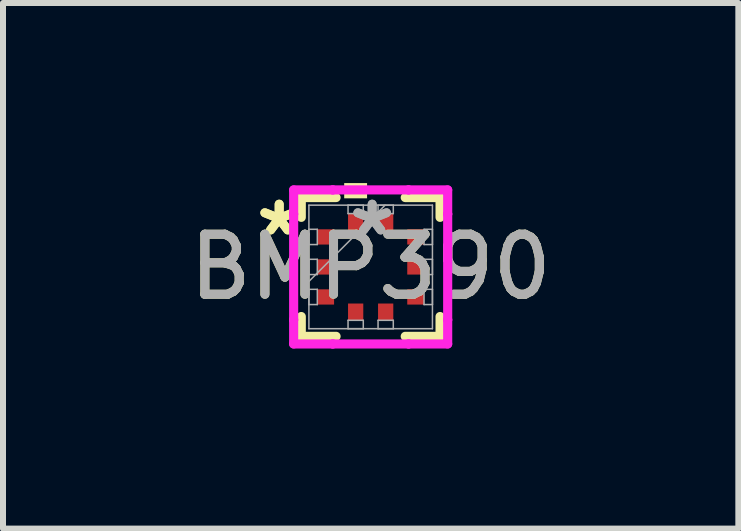
<source format=kicad_pcb>
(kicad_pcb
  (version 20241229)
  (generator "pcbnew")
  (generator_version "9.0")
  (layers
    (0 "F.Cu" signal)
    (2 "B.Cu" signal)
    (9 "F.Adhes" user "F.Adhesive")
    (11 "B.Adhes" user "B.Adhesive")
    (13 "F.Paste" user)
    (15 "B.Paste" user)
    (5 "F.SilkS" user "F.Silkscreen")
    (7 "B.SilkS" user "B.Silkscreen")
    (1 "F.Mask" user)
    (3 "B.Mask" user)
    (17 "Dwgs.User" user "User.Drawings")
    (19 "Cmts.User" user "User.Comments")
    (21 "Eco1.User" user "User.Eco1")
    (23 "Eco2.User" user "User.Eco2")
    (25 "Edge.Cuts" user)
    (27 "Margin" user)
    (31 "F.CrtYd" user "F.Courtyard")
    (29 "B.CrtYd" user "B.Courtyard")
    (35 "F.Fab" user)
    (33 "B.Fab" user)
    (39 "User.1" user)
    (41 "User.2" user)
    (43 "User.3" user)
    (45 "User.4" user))
  (footprint "BMP390"
    (layer "F.Cu")
    (at 3.125 1.397)
    (property "Reference" "BMP390" (at 0 0 0) (unlocked yes) (layer "F.SilkS") (effects (font (size 1 1) (thickness 0.15))))
    (attr smd)
    (fp_line (start -1.156 -1.156) (end -1.156 -0.826) (stroke (width 0.152) (type solid)) (layer "F.SilkS"))
    (fp_line (start -1.156 0.826) (end -1.156 1.156) (stroke (width 0.152) (type solid)) (layer "F.SilkS"))
    (fp_line (start -1.156 1.156) (end -0.576 1.156) (stroke (width 0.152) (type solid)) (layer "F.SilkS"))
    (fp_line (start -0.576 -1.156) (end -1.156 -1.156) (stroke (width 0.152) (type solid)) (layer "F.SilkS"))
    (fp_line (start 0.576 1.156) (end 1.156 1.156) (stroke (width 0.152) (type solid)) (layer "F.SilkS"))
    (fp_line (start 1.156 -1.156) (end 0.576 -1.156) (stroke (width 0.152) (type solid)) (layer "F.SilkS"))
    (fp_line (start 1.156 -0.826) (end 1.156 -1.156) (stroke (width 0.152) (type solid)) (layer "F.SilkS"))
    (fp_line (start 1.156 1.156) (end 1.156 0.826) (stroke (width 0.152) (type solid)) (layer "F.SilkS"))
    (fp_poly (pts (xy -0.441 -1.143) (xy -0.441 -1.397) (xy -0.06 -1.397) (xy -0.06 -1.143)) (stroke (width 0) (type solid)) (fill yes) (layer "F.SilkS"))
    (fp_line (start -1.283 -1.283) (end -0.631 -1.283) (stroke (width 0.152) (type solid)) (layer "F.CrtYd"))
    (fp_line (start -1.283 -0.881) (end -1.283 -1.283) (stroke (width 0.152) (type solid)) (layer "F.CrtYd"))
    (fp_line (start -1.283 -0.881) (end -1.283 -0.881) (stroke (width 0.152) (type solid)) (layer "F.CrtYd"))
    (fp_line (start -1.283 0.881) (end -1.283 -0.881) (stroke (width 0.152) (type solid)) (layer "F.CrtYd"))
    (fp_line (start -1.283 0.881) (end -1.283 0.881) (stroke (width 0.152) (type solid)) (layer "F.CrtYd"))
    (fp_line (start -1.283 1.283) (end -1.283 0.881) (stroke (width 0.152) (type solid)) (layer "F.CrtYd"))
    (fp_line (start -0.631 -1.283) (end -0.631 -1.283) (stroke (width 0.152) (type solid)) (layer "F.CrtYd"))
    (fp_line (start -0.631 -1.283) (end 0.631 -1.283) (stroke (width 0.152) (type solid)) (layer "F.CrtYd"))
    (fp_line (start -0.631 1.283) (end -1.283 1.283) (stroke (width 0.152) (type solid)) (layer "F.CrtYd"))
    (fp_line (start -0.631 1.283) (end -0.631 1.283) (stroke (width 0.152) (type solid)) (layer "F.CrtYd"))
    (fp_line (start 0.631 -1.283) (end 0.631 -1.283) (stroke (width 0.152) (type solid)) (layer "F.CrtYd"))
    (fp_line (start 0.631 -1.283) (end 1.283 -1.283) (stroke (width 0.152) (type solid)) (layer "F.CrtYd"))
    (fp_line (start 0.631 1.283) (end -0.631 1.283) (stroke (width 0.152) (type solid)) (layer "F.CrtYd"))
    (fp_line (start 0.631 1.283) (end 0.631 1.283) (stroke (width 0.152) (type solid)) (layer "F.CrtYd"))
    (fp_line (start 1.283 -1.283) (end 1.283 -0.881) (stroke (width 0.152) (type solid)) (layer "F.CrtYd"))
    (fp_line (start 1.283 -0.881) (end 1.283 -0.881) (stroke (width 0.152) (type solid)) (layer "F.CrtYd"))
    (fp_line (start 1.283 -0.881) (end 1.283 0.881) (stroke (width 0.152) (type solid)) (layer "F.CrtYd"))
    (fp_line (start 1.283 0.881) (end 1.283 0.881) (stroke (width 0.152) (type solid)) (layer "F.CrtYd"))
    (fp_line (start 1.283 0.881) (end 1.283 1.283) (stroke (width 0.152) (type solid)) (layer "F.CrtYd"))
    (fp_line (start 1.283 1.283) (end 0.631 1.283) (stroke (width 0.152) (type solid)) (layer "F.CrtYd"))
    (fp_line (start -1.029 -1.029) (end -1.029 1.029) (stroke (width 0.025) (type solid)) (layer "F.Fab"))
    (fp_line (start -1.029 -0.627) (end -0.889 -0.627) (stroke (width 0.025) (type solid)) (layer "F.Fab"))
    (fp_line (start -1.029 -0.373) (end -1.029 -0.627) (stroke (width 0.025) (type solid)) (layer "F.Fab"))
    (fp_line (start -1.029 -0.127) (end -0.889 -0.127) (stroke (width 0.025) (type solid)) (layer "F.Fab"))
    (fp_line (start -1.029 0.127) (end -1.029 -0.127) (stroke (width 0.025) (type solid)) (layer "F.Fab"))
    (fp_line (start -1.029 0.241) (end 0.241 -1.029) (stroke (width 0.025) (type solid)) (layer "F.Fab"))
    (fp_line (start -1.029 0.373) (end -0.889 0.373) (stroke (width 0.025) (type solid)) (layer "F.Fab"))
    (fp_line (start -1.029 0.627) (end -1.029 0.373) (stroke (width 0.025) (type solid)) (layer "F.Fab"))
    (fp_line (start -1.029 1.029) (end 1.029 1.029) (stroke (width 0.025) (type solid)) (layer "F.Fab"))
    (fp_line (start -0.889 -0.627) (end -0.889 -0.373) (stroke (width 0.025) (type solid)) (layer "F.Fab"))
    (fp_line (start -0.889 -0.373) (end -1.029 -0.373) (stroke (width 0.025) (type solid)) (layer "F.Fab"))
    (fp_line (start -0.889 -0.127) (end -0.889 0.127) (stroke (width 0.025) (type solid)) (layer "F.Fab"))
    (fp_line (start -0.889 0.127) (end -1.029 0.127) (stroke (width 0.025) (type solid)) (layer "F.Fab"))
    (fp_line (start -0.889 0.373) (end -0.889 0.627) (stroke (width 0.025) (type solid)) (layer "F.Fab"))
    (fp_line (start -0.889 0.627) (end -1.029 0.627) (stroke (width 0.025) (type solid)) (layer "F.Fab"))
    (fp_line (start -0.377 -1.029) (end -0.123 -1.029) (stroke (width 0.025) (type solid)) (layer "F.Fab"))
    (fp_line (start -0.377 -0.889) (end -0.377 -1.029) (stroke (width 0.025) (type solid)) (layer "F.Fab"))
    (fp_line (start -0.377 0.889) (end -0.123 0.889) (stroke (width 0.025) (type solid)) (layer "F.Fab"))
    (fp_line (start -0.377 1.029) (end -0.377 0.889) (stroke (width 0.025) (type solid)) (layer "F.Fab"))
    (fp_line (start -0.123 -1.029) (end -0.123 -0.889) (stroke (width 0.025) (type solid)) (layer "F.Fab"))
    (fp_line (start -0.123 -0.889) (end -0.377 -0.889) (stroke (width 0.025) (type solid)) (layer "F.Fab"))
    (fp_line (start -0.123 0.889) (end -0.123 1.029) (stroke (width 0.025) (type solid)) (layer "F.Fab"))
    (fp_line (start -0.123 1.029) (end -0.377 1.029) (stroke (width 0.025) (type solid)) (layer "F.Fab"))
    (fp_line (start 0.123 -1.029) (end 0.377 -1.029) (stroke (width 0.025) (type solid)) (layer "F.Fab"))
    (fp_line (start 0.123 -0.889) (end 0.123 -1.029) (stroke (width 0.025) (type solid)) (layer "F.Fab"))
    (fp_line (start 0.123 0.889) (end 0.377 0.889) (stroke (width 0.025) (type solid)) (layer "F.Fab"))
    (fp_line (start 0.123 1.029) (end 0.123 0.889) (stroke (width 0.025) (type solid)) (layer "F.Fab"))
    (fp_line (start 0.377 -1.029) (end 0.377 -0.889) (stroke (width 0.025) (type solid)) (layer "F.Fab"))
    (fp_line (start 0.377 -0.889) (end 0.123 -0.889) (stroke (width 0.025) (type solid)) (layer "F.Fab"))
    (fp_line (start 0.377 0.889) (end 0.377 1.029) (stroke (width 0.025) (type solid)) (layer "F.Fab"))
    (fp_line (start 0.377 1.029) (end 0.123 1.029) (stroke (width 0.025) (type solid)) (layer "F.Fab"))
    (fp_line (start 0.889 -0.627) (end 1.029 -0.627) (stroke (width 0.025) (type solid)) (layer "F.Fab"))
    (fp_line (start 0.889 -0.373) (end 0.889 -0.627) (stroke (width 0.025) (type solid)) (layer "F.Fab"))
    (fp_line (start 0.889 -0.127) (end 1.029 -0.127) (stroke (width 0.025) (type solid)) (layer "F.Fab"))
    (fp_line (start 0.889 0.127) (end 0.889 -0.127) (stroke (width 0.025) (type solid)) (layer "F.Fab"))
    (fp_line (start 0.889 0.373) (end 1.029 0.373) (stroke (width 0.025) (type solid)) (layer "F.Fab"))
    (fp_line (start 0.889 0.627) (end 0.889 0.373) (stroke (width 0.025) (type solid)) (layer "F.Fab"))
    (fp_line (start 1.029 -1.029) (end -1.029 -1.029) (stroke (width 0.025) (type solid)) (layer "F.Fab"))
    (fp_line (start 1.029 -0.627) (end 1.029 -0.373) (stroke (width 0.025) (type solid)) (layer "F.Fab"))
    (fp_line (start 1.029 -0.373) (end 0.889 -0.373) (stroke (width 0.025) (type solid)) (layer "F.Fab"))
    (fp_line (start 1.029 -0.127) (end 1.029 0.127) (stroke (width 0.025) (type solid)) (layer "F.Fab"))
    (fp_line (start 1.029 0.127) (end 0.889 0.127) (stroke (width 0.025) (type solid)) (layer "F.Fab"))
    (fp_line (start 1.029 0.373) (end 1.029 0.627) (stroke (width 0.025) (type solid)) (layer "F.Fab"))
    (fp_line (start 1.029 0.627) (end 0.889 0.627) (stroke (width 0.025) (type solid)) (layer "F.Fab"))
    (fp_line (start 1.029 1.029) (end 1.029 -1.029) (stroke (width 0.025) (type solid)) (layer "F.Fab"))
    (fp_text user "*" (at -1.524 -0.5 0) (unlocked yes) (layer "F.SilkS") (effects (font (size 1 1) (thickness 0.15))))
    (fp_text user "*" (at -1.524 -0.5 0) (layer "F.SilkS") (effects (font (size 1 1) (thickness 0.15))))
    (fp_text user "*" (at 0.025 -0.5 0) (layer "F.Fab") (effects (font (size 1 1) (thickness 0.15))))
    (fp_text user "*" (at 0.025 -0.5 0) (unlocked yes) (layer "F.Fab") (effects (font (size 1 1) (thickness 0.15))))
    (fp_text user "${REFERENCE}" (at 0 0 0) (unlocked yes) (layer "F.Fab") (effects (font (size 1 1) (thickness 0.15))))
    (pad "1" smd rect (at 0.25 -0.749) (size 0.254 0.279) (layers "F.Cu" "F.Mask" "F.Paste"))
    (pad "2" smd rect (at -0.25 -0.749) (size 0.254 0.279) (layers "F.Cu" "F.Mask" "F.Paste"))
    (pad "3" smd rect (at -0.749 -0.5 90) (size 0.254 0.279) (layers "F.Cu" "F.Mask" "F.Paste"))
    (pad "4" smd rect (at -0.749 0 90) (size 0.254 0.279) (layers "F.Cu" "F.Mask" "F.Paste"))
    (pad "5" smd rect (at -0.749 0.5 90) (size 0.254 0.279) (layers "F.Cu" "F.Mask" "F.Paste"))
    (pad "6" smd rect (at -0.25 0.749) (size 0.254 0.279) (layers "F.Cu" "F.Mask" "F.Paste"))
    (pad "7" smd rect (at 0.25 0.749) (size 0.254 0.279) (layers "F.Cu" "F.Mask" "F.Paste"))
    (pad "8" smd rect (at 0.749 0.5 90) (size 0.254 0.279) (layers "F.Cu" "F.Mask" "F.Paste"))
    (pad "9" smd rect (at 0.749 0 90) (size 0.254 0.279) (layers "F.Cu" "F.Mask" "F.Paste"))
    (pad "10" smd rect (at 0.749 -0.5 90) (size 0.254 0.279) (layers "F.Cu" "F.Mask" "F.Paste")))
  (gr_rect
    (start -3 -3)
    (end 9.25 5.756)
    (stroke (width 0.1) (type default))
    (fill no)
    (layer "Edge.Cuts")))
</source>
